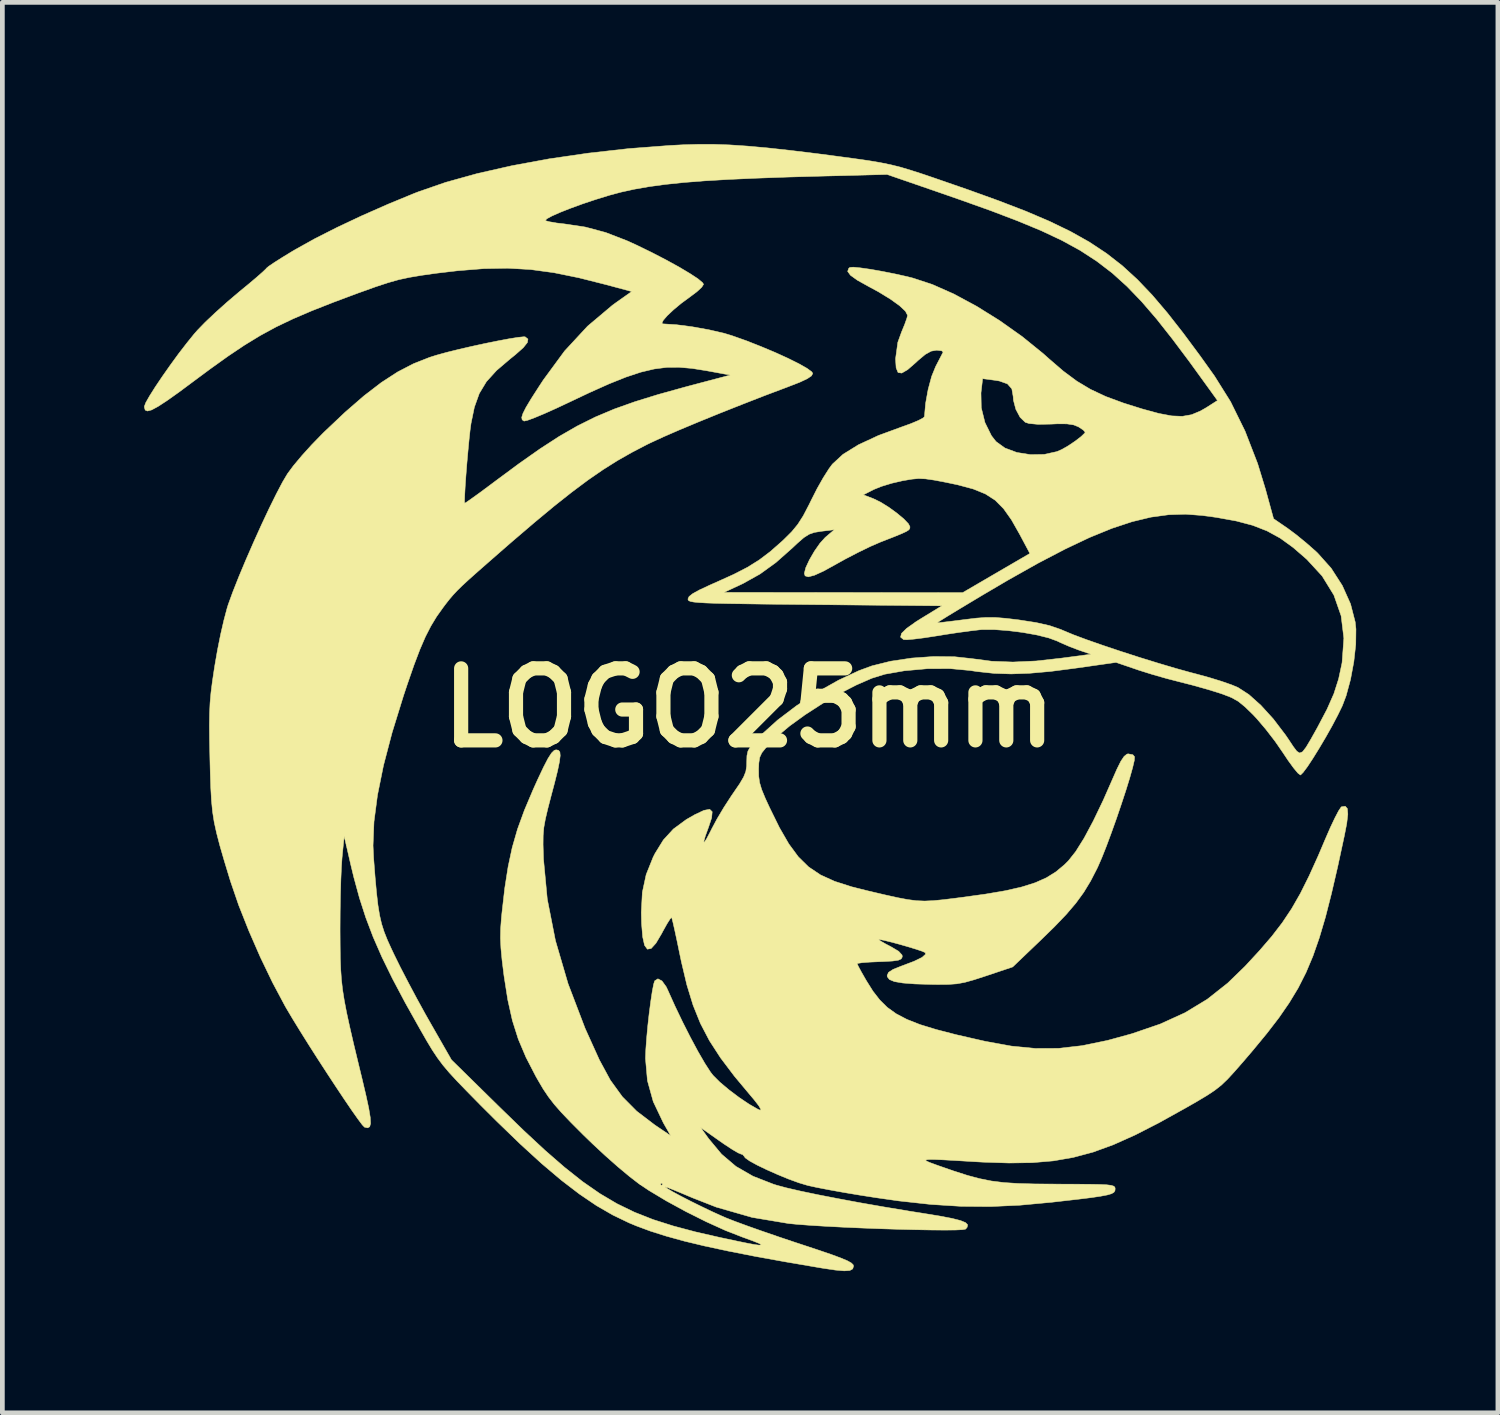
<source format=kicad_pcb>
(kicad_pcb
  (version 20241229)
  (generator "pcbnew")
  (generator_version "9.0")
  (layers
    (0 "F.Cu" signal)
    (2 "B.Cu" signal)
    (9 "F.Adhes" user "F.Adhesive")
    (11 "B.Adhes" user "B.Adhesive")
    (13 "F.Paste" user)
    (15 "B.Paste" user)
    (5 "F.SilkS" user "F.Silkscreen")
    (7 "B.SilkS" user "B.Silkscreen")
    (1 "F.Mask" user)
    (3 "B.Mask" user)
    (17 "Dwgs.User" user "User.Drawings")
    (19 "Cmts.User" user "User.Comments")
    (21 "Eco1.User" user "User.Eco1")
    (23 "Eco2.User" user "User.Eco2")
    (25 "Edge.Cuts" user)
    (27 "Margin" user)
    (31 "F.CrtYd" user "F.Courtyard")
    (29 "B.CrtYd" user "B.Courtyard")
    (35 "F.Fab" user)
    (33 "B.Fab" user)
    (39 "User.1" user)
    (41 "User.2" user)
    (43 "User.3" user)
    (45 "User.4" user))
  (footprint "LOGO25mm"
    (layer "F.Cu")
    (at 12.807 11.932)
    (property "Reference" "LOGO25mm" (at 0 0 0) (layer "F.SilkS") (effects (font (size 1.524 1.524) (thickness 0.3))))
    (attr through_hole)
    (fp_poly (pts (xy -0.753 -11.927) (xy -0.412 -11.915) (xy -0.039 -11.89) (xy 0.383 -11.852) (xy 0.867 -11.799) (xy 1.427 -11.731) (xy 1.824 -11.679) (xy 2.212 -11.627) (xy 2.522 -11.583) (xy 2.776 -11.54) (xy 2.997 -11.495) (xy 3.206 -11.443) (xy 3.426 -11.377) (xy 3.68 -11.295) (xy 3.907 -11.218) (xy 4.64 -10.964) (xy 5.286 -10.731) (xy 5.855 -10.512) (xy 6.357 -10.298) (xy 6.801 -10.083) (xy 7.2 -9.859) (xy 7.562 -9.62) (xy 7.898 -9.358) (xy 8.218 -9.065) (xy 8.532 -8.736) (xy 8.851 -8.361) (xy 9.185 -7.935) (xy 9.545 -7.45) (xy 9.85 -7.023) (xy 10.19 -6.48) (xy 10.497 -5.856) (xy 10.762 -5.172) (xy 10.928 -4.63) (xy 11.1 -4.003) (xy 11.396 -3.8) (xy 11.576 -3.666) (xy 11.788 -3.493) (xy 11.993 -3.313) (xy 12.033 -3.275) (xy 12.319 -2.955) (xy 12.555 -2.588) (xy 12.729 -2.2) (xy 12.828 -1.817) (xy 12.844 -1.667) (xy 12.84 -1.344) (xy 12.799 -0.975) (xy 12.729 -0.599) (xy 12.636 -0.256) (xy 12.555 -0.042) (xy 12.46 0.153) (xy 12.341 0.379) (xy 12.207 0.617) (xy 12.068 0.852) (xy 11.935 1.067) (xy 11.818 1.245) (xy 11.726 1.368) (xy 11.671 1.422) (xy 11.667 1.422) (xy 11.615 1.382) (xy 11.524 1.273) (xy 11.407 1.112) (xy 11.301 0.953) (xy 11.134 0.711) (xy 10.939 0.458) (xy 10.749 0.234) (xy 10.668 0.147) (xy 10.495 -0.021) (xy 10.354 -0.136) (xy 10.209 -0.217) (xy 10.027 -0.288) (xy 9.931 -0.32) (xy 9.672 -0.399) (xy 9.375 -0.482) (xy 9.104 -0.551) (xy 9.093 -0.554) (xy 8.83 -0.622) (xy 8.53 -0.708) (xy 8.252 -0.795) (xy 8.214 -0.808) (xy 7.766 -0.961) (xy 6.893 -0.837) (xy 6.377 -0.77) (xy 5.935 -0.731) (xy 5.545 -0.717) (xy 5.184 -0.729) (xy 4.828 -0.767) (xy 4.676 -0.79) (xy 4.25 -0.83) (xy 3.774 -0.828) (xy 3.285 -0.784) (xy 2.87 -0.711) (xy 2.597 -0.626) (xy 2.271 -0.484) (xy 1.912 -0.3) (xy 1.543 -0.085) (xy 1.184 0.147) (xy 0.857 0.384) (xy 0.584 0.613) (xy 0.498 0.696) (xy 0.354 0.846) (xy 0.268 0.953) (xy 0.223 1.05) (xy 0.205 1.167) (xy 0.2 1.295) (xy 0.202 1.446) (xy 0.221 1.582) (xy 0.265 1.73) (xy 0.343 1.919) (xy 0.43 2.107) (xy 0.641 2.536) (xy 0.84 2.881) (xy 1.041 3.154) (xy 1.259 3.368) (xy 1.511 3.537) (xy 1.81 3.673) (xy 2.172 3.789) (xy 2.515 3.875) (xy 2.865 3.957) (xy 3.139 4.018) (xy 3.357 4.059) (xy 3.542 4.083) (xy 3.715 4.09) (xy 3.898 4.082) (xy 4.113 4.061) (xy 4.381 4.028) (xy 4.496 4.013) (xy 5.005 3.943) (xy 5.426 3.871) (xy 5.771 3.792) (xy 6.056 3.702) (xy 6.292 3.597) (xy 6.494 3.471) (xy 6.674 3.321) (xy 6.757 3.238) (xy 6.911 3.044) (xy 7.089 2.76) (xy 7.284 2.395) (xy 7.494 1.958) (xy 7.674 1.549) (xy 7.784 1.299) (xy 7.868 1.13) (xy 7.936 1.029) (xy 7.994 0.982) (xy 8.02 0.974) (xy 8.122 0.993) (xy 8.158 1.036) (xy 8.153 1.112) (xy 8.117 1.266) (xy 8.056 1.483) (xy 7.975 1.745) (xy 7.879 2.037) (xy 7.775 2.343) (xy 7.667 2.645) (xy 7.562 2.928) (xy 7.464 3.175) (xy 7.379 3.37) (xy 7.365 3.399) (xy 7.227 3.667) (xy 7.082 3.906) (xy 6.915 4.135) (xy 6.712 4.373) (xy 6.458 4.638) (xy 6.174 4.915) (xy 5.578 5.485) (xy 5.011 5.675) (xy 4.758 5.757) (xy 4.565 5.811) (xy 4.396 5.842) (xy 4.215 5.855) (xy 3.987 5.857) (xy 3.861 5.855) (xy 3.511 5.845) (xy 3.253 5.825) (xy 3.075 5.795) (xy 2.969 5.751) (xy 2.924 5.692) (xy 2.921 5.666) (xy 2.95 5.6) (xy 3.048 5.536) (xy 3.226 5.465) (xy 3.491 5.365) (xy 3.661 5.282) (xy 3.734 5.216) (xy 3.727 5.182) (xy 3.666 5.154) (xy 3.538 5.111) (xy 3.368 5.059) (xy 3.18 5.005) (xy 3 4.957) (xy 2.852 4.921) (xy 2.76 4.904) (xy 2.743 4.906) (xy 2.785 4.938) (xy 2.891 4.999) (xy 3 5.056) (xy 3.164 5.153) (xy 3.237 5.233) (xy 3.241 5.273) (xy 3.218 5.315) (xy 3.156 5.343) (xy 3.036 5.36) (xy 2.839 5.371) (xy 2.755 5.374) (xy 2.551 5.383) (xy 2.392 5.395) (xy 2.3 5.409) (xy 2.286 5.416) (xy 2.31 5.47) (xy 2.373 5.587) (xy 2.464 5.746) (xy 2.485 5.782) (xy 2.622 6) (xy 2.765 6.184) (xy 2.924 6.341) (xy 3.112 6.476) (xy 3.339 6.595) (xy 3.618 6.705) (xy 3.961 6.81) (xy 4.378 6.918) (xy 4.881 7.033) (xy 5.001 7.06) (xy 5.55 7.16) (xy 6.057 7.21) (xy 6.548 7.208) (xy 7.049 7.151) (xy 7.586 7.04) (xy 8.103 6.898) (xy 8.704 6.692) (xy 9.228 6.453) (xy 9.696 6.169) (xy 10.129 5.827) (xy 10.494 5.473) (xy 10.802 5.14) (xy 11.062 4.838) (xy 11.285 4.548) (xy 11.483 4.251) (xy 11.668 3.928) (xy 11.852 3.559) (xy 12.048 3.126) (xy 12.197 2.775) (xy 12.301 2.536) (xy 12.397 2.333) (xy 12.476 2.182) (xy 12.529 2.103) (xy 12.538 2.095) (xy 12.618 2.084) (xy 12.662 2.133) (xy 12.672 2.252) (xy 12.649 2.449) (xy 12.6 2.701) (xy 12.458 3.361) (xy 12.325 3.934) (xy 12.198 4.432) (xy 12.069 4.867) (xy 11.934 5.254) (xy 11.787 5.603) (xy 11.622 5.929) (xy 11.432 6.243) (xy 11.214 6.559) (xy 10.96 6.889) (xy 10.666 7.246) (xy 10.455 7.493) (xy 10.272 7.702) (xy 10.125 7.862) (xy 9.993 7.988) (xy 9.853 8.098) (xy 9.685 8.209) (xy 9.467 8.339) (xy 9.24 8.469) (xy 8.673 8.784) (xy 8.169 9.042) (xy 7.711 9.247) (xy 7.281 9.404) (xy 6.862 9.516) (xy 6.437 9.59) (xy 5.989 9.628) (xy 5.499 9.635) (xy 4.95 9.617) (xy 4.769 9.607) (xy 4.39 9.584) (xy 4.106 9.568) (xy 3.907 9.56) (xy 3.787 9.561) (xy 3.737 9.571) (xy 3.749 9.591) (xy 3.816 9.622) (xy 3.931 9.664) (xy 3.988 9.685) (xy 4.33 9.804) (xy 4.62 9.897) (xy 4.879 9.966) (xy 5.129 10.016) (xy 5.392 10.049) (xy 5.688 10.068) (xy 6.041 10.078) (xy 6.471 10.081) (xy 6.528 10.082) (xy 6.91 10.083) (xy 7.203 10.085) (xy 7.418 10.089) (xy 7.568 10.096) (xy 7.663 10.108) (xy 7.717 10.125) (xy 7.741 10.147) (xy 7.747 10.177) (xy 7.747 10.183) (xy 7.742 10.223) (xy 7.72 10.256) (xy 7.67 10.285) (xy 7.581 10.311) (xy 7.44 10.338) (xy 7.238 10.368) (xy 6.962 10.402) (xy 6.602 10.443) (xy 6.401 10.466) (xy 5.733 10.528) (xy 5.105 10.557) (xy 4.487 10.552) (xy 3.85 10.512) (xy 3.166 10.437) (xy 2.688 10.369) (xy 2.342 10.315) (xy 2.002 10.258) (xy 1.691 10.202) (xy 1.432 10.152) (xy 1.249 10.112) (xy 1.24 10.11) (xy 1.053 10.054) (xy 0.833 9.974) (xy 0.6 9.878) (xy 0.372 9.777) (xy 0.169 9.679) (xy 0.011 9.592) (xy -0.084 9.525) (xy -0.102 9.497) (xy -0.142 9.452) (xy -0.165 9.449) (xy -0.232 9.421) (xy -0.36 9.346) (xy -0.526 9.237) (xy -0.628 9.166) (xy -1.027 8.884) (xy -0.857 9.12) (xy -0.585 9.447) (xy -0.279 9.707) (xy 0.082 9.915) (xy 0.518 10.085) (xy 0.582 10.105) (xy 0.79 10.161) (xy 1.085 10.229) (xy 1.453 10.306) (xy 1.88 10.389) (xy 2.352 10.477) (xy 2.856 10.565) (xy 3.378 10.652) (xy 3.676 10.699) (xy 4.031 10.757) (xy 4.293 10.807) (xy 4.474 10.853) (xy 4.581 10.897) (xy 4.625 10.943) (xy 4.614 10.995) (xy 4.582 11.034) (xy 4.519 11.046) (xy 4.368 11.053) (xy 4.143 11.055) (xy 3.857 11.053) (xy 3.524 11.047) (xy 3.158 11.038) (xy 2.772 11.026) (xy 2.381 11.011) (xy 1.996 10.994) (xy 1.633 10.975) (xy 1.305 10.955) (xy 1.026 10.934) (xy 0.838 10.916) (xy 0.062 10.786) (xy -0.697 10.568) (xy -1.2 10.371) (xy -1.42 10.278) (xy -1.601 10.203) (xy -1.726 10.154) (xy -1.778 10.138) (xy -1.778 10.139) (xy -1.735 10.174) (xy -1.619 10.243) (xy -1.447 10.336) (xy -1.239 10.443) (xy -1.014 10.554) (xy -0.789 10.662) (xy -0.584 10.755) (xy -0.483 10.799) (xy -0.296 10.872) (xy -0.035 10.968) (xy 0.279 11.079) (xy 0.625 11.198) (xy 0.979 11.317) (xy 1.092 11.354) (xy 1.457 11.475) (xy 1.736 11.57) (xy 1.938 11.645) (xy 2.077 11.703) (xy 2.16 11.749) (xy 2.201 11.788) (xy 2.21 11.817) (xy 2.192 11.876) (xy 2.131 11.91) (xy 2.012 11.918) (xy 1.822 11.901) (xy 1.547 11.86) (xy 1.524 11.856) (xy 0.78 11.729) (xy 0.127 11.611) (xy -0.443 11.499) (xy -0.941 11.392) (xy -1.374 11.288) (xy -1.754 11.183) (xy -2.089 11.077) (xy -2.388 10.966) (xy -2.544 10.901) (xy -2.885 10.737) (xy -3.233 10.536) (xy -3.594 10.291) (xy -3.978 9.997) (xy -4.393 9.646) (xy -4.847 9.231) (xy -5.349 8.746) (xy -5.697 8.399) (xy -5.968 8.123) (xy -6.181 7.903) (xy -6.348 7.722) (xy -6.482 7.563) (xy -6.597 7.409) (xy -6.706 7.245) (xy -6.822 7.053) (xy -6.957 6.817) (xy -6.963 6.807) (xy -7.282 6.238) (xy -7.549 5.734) (xy -7.772 5.278) (xy -7.958 4.853) (xy -8.114 4.442) (xy -8.248 4.027) (xy -8.367 3.591) (xy -8.431 3.327) (xy -8.526 2.915) (xy -7.961 2.915) (xy -7.949 3.175) (xy -7.917 3.587) (xy -7.887 3.915) (xy -7.857 4.177) (xy -7.822 4.391) (xy -7.78 4.573) (xy -7.726 4.742) (xy -7.657 4.916) (xy -7.568 5.111) (xy -7.515 5.223) (xy -7.384 5.489) (xy -7.217 5.811) (xy -7.034 6.155) (xy -6.85 6.49) (xy -6.759 6.65) (xy -6.301 7.451) (xy -5.271 8.463) (xy -4.767 8.952) (xy -4.316 9.371) (xy -3.906 9.727) (xy -3.525 10.029) (xy -3.159 10.283) (xy -2.797 10.497) (xy -2.426 10.677) (xy -2.033 10.832) (xy -1.605 10.968) (xy -1.131 11.094) (xy -0.597 11.216) (xy -0.538 11.228) (xy -0.238 11.292) (xy -0.023 11.336) (xy 0.119 11.362) (xy 0.204 11.373) (xy 0.244 11.371) (xy 0.254 11.36) (xy 0.21 11.336) (xy 0.092 11.289) (xy -0.078 11.226) (xy -0.14 11.204) (xy -0.501 11.063) (xy -0.911 10.877) (xy -1.339 10.663) (xy -1.753 10.437) (xy -2.123 10.215) (xy -2.318 10.084) (xy -1.88 10.084) (xy -1.854 10.109) (xy -1.829 10.084) (xy -1.854 10.058) (xy -1.88 10.084) (xy -2.318 10.084) (xy -2.336 10.072) (xy -2.534 9.919) (xy -2.78 9.714) (xy -3.05 9.475) (xy -3.321 9.223) (xy -3.517 9.033) (xy -3.773 8.776) (xy -3.971 8.569) (xy -4.124 8.395) (xy -4.248 8.234) (xy -4.359 8.069) (xy -4.47 7.88) (xy -4.514 7.803) (xy -4.724 7.397) (xy -4.887 7.012) (xy -5.012 6.617) (xy -5.109 6.182) (xy -5.188 5.678) (xy -5.19 5.664) (xy -5.23 5.341) (xy -5.254 5.088) (xy -5.264 4.874) (xy -5.26 4.669) (xy -5.243 4.443) (xy -5.233 4.343) (xy -5.173 3.817) (xy -5.102 3.364) (xy -5.015 2.957) (xy -4.903 2.568) (xy -4.758 2.17) (xy -4.574 1.735) (xy -4.479 1.524) (xy -4.353 1.257) (xy -4.257 1.072) (xy -4.184 0.958) (xy -4.126 0.901) (xy -4.087 0.889) (xy -4.036 0.899) (xy -4.006 0.936) (xy -3.999 1.012) (xy -4.015 1.14) (xy -4.055 1.333) (xy -4.122 1.602) (xy -4.189 1.854) (xy -4.263 2.14) (xy -4.314 2.357) (xy -4.346 2.535) (xy -4.36 2.704) (xy -4.362 2.894) (xy -4.355 3.134) (xy -4.353 3.2) (xy -4.273 4.049) (xy -4.1 4.928) (xy -3.833 5.84) (xy -3.472 6.786) (xy -3.17 7.453) (xy -2.939 7.88) (xy -2.683 8.233) (xy -2.38 8.538) (xy -2.006 8.823) (xy -1.986 8.837) (xy -1.661 9.057) (xy -1.817 8.783) (xy -2.03 8.335) (xy -2.153 7.892) (xy -2.194 7.426) (xy -2.194 7.412) (xy -2.187 7.229) (xy -2.17 6.996) (xy -2.146 6.734) (xy -2.116 6.467) (xy -2.083 6.215) (xy -2.051 6.002) (xy -2.021 5.848) (xy -1.999 5.779) (xy -1.931 5.736) (xy -1.845 5.781) (xy -1.756 5.904) (xy -1.719 5.982) (xy -1.57 6.313) (xy -1.408 6.651) (xy -1.242 6.978) (xy -1.082 7.276) (xy -0.937 7.526) (xy -0.817 7.712) (xy -0.762 7.782) (xy -0.621 7.923) (xy -0.428 8.085) (xy -0.212 8.248) (xy -0.001 8.39) (xy 0.176 8.492) (xy 0.233 8.518) (xy 0.249 8.501) (xy 0.203 8.422) (xy 0.103 8.293) (xy 0.047 8.227) (xy -0.313 7.796) (xy -0.606 7.408) (xy -0.842 7.043) (xy -1.032 6.679) (xy -1.187 6.294) (xy -1.318 5.867) (xy -1.434 5.378) (xy -1.472 5.197) (xy -1.526 4.936) (xy -1.574 4.713) (xy -1.612 4.545) (xy -1.636 4.451) (xy -1.642 4.437) (xy -1.673 4.469) (xy -1.738 4.571) (xy -1.824 4.725) (xy -1.851 4.777) (xy -1.973 4.983) (xy -2.074 5.094) (xy -2.154 5.109) (xy -2.214 5.027) (xy -2.254 4.848) (xy -2.277 4.57) (xy -2.283 4.333) (xy -2.261 3.907) (xy -2.18 3.53) (xy -2.032 3.161) (xy -1.993 3.084) (xy -1.816 2.797) (xy -1.604 2.566) (xy -1.331 2.365) (xy -1.15 2.261) (xy -0.956 2.17) (xy -0.835 2.148) (xy -0.782 2.2) (xy -0.794 2.329) (xy -0.856 2.517) (xy -0.929 2.718) (xy -0.96 2.829) (xy -0.95 2.847) (xy -0.901 2.773) (xy -0.813 2.605) (xy -0.793 2.564) (xy -0.681 2.354) (xy -0.534 2.107) (xy -0.379 1.868) (xy -0.336 1.805) (xy -0.201 1.608) (xy -0.117 1.465) (xy -0.071 1.349) (xy -0.053 1.234) (xy -0.051 1.142) (xy -0.047 1.014) (xy -0.026 0.917) (xy 0.026 0.824) (xy 0.124 0.71) (xy 0.266 0.563) (xy 0.603 0.259) (xy 1.004 -0.045) (xy 1.443 -0.332) (xy 1.893 -0.585) (xy 2.325 -0.787) (xy 2.599 -0.888) (xy 2.994 -0.986) (xy 3.442 -1.053) (xy 3.905 -1.086) (xy 4.347 -1.081) (xy 4.699 -1.043) (xy 5.133 -0.986) (xy 5.582 -0.969) (xy 6.071 -0.991) (xy 6.602 -1.05) (xy 7.236 -1.134) (xy 6.983 -1.22) (xy 6.785 -1.295) (xy 6.587 -1.381) (xy 6.523 -1.412) (xy 6.342 -1.479) (xy 6.089 -1.542) (xy 5.792 -1.595) (xy 5.481 -1.634) (xy 5.184 -1.656) (xy 4.931 -1.656) (xy 4.877 -1.651) (xy 4.689 -1.629) (xy 4.437 -1.595) (xy 4.158 -1.553) (xy 3.942 -1.518) (xy 3.701 -1.481) (xy 3.494 -1.455) (xy 3.342 -1.441) (xy 3.269 -1.444) (xy 3.205 -1.496) (xy 3.225 -1.575) (xy 3.334 -1.682) (xy 3.5 -1.799) (xy 3.978 -1.799) (xy 4.029 -1.803) (xy 4.16 -1.818) (xy 4.35 -1.841) (xy 4.547 -1.866) (xy 4.807 -1.898) (xy 5.016 -1.913) (xy 5.213 -1.912) (xy 5.434 -1.894) (xy 5.717 -1.86) (xy 5.72 -1.859) (xy 6.076 -1.804) (xy 6.359 -1.74) (xy 6.595 -1.659) (xy 6.667 -1.628) (xy 6.869 -1.544) (xy 7.149 -1.44) (xy 7.487 -1.322) (xy 7.863 -1.196) (xy 8.256 -1.069) (xy 8.648 -0.948) (xy 9.017 -0.838) (xy 9.345 -0.747) (xy 9.472 -0.714) (xy 9.738 -0.641) (xy 9.995 -0.562) (xy 10.213 -0.486) (xy 10.345 -0.431) (xy 10.576 -0.282) (xy 10.83 -0.055) (xy 11.094 0.235) (xy 11.35 0.571) (xy 11.42 0.673) (xy 11.519 0.823) (xy 11.592 0.919) (xy 11.652 0.957) (xy 11.714 0.931) (xy 11.788 0.835) (xy 11.89 0.664) (xy 12.031 0.412) (xy 12.034 0.406) (xy 12.232 0.03) (xy 12.377 -0.299) (xy 12.477 -0.611) (xy 12.546 -0.934) (xy 12.551 -0.963) (xy 12.588 -1.473) (xy 12.53 -1.947) (xy 12.377 -2.385) (xy 12.128 -2.79) (xy 11.804 -3.142) (xy 11.516 -3.392) (xy 11.243 -3.59) (xy 10.964 -3.743) (xy 10.66 -3.862) (xy 10.308 -3.955) (xy 9.887 -4.031) (xy 9.592 -4.071) (xy 9.239 -4.098) (xy 8.88 -4.087) (xy 8.505 -4.036) (xy 8.107 -3.94) (xy 7.677 -3.798) (xy 7.207 -3.606) (xy 6.69 -3.361) (xy 6.115 -3.061) (xy 5.477 -2.702) (xy 4.943 -2.388) (xy 4.663 -2.22) (xy 4.415 -2.071) (xy 4.211 -1.947) (xy 4.065 -1.856) (xy 3.987 -1.807) (xy 3.978 -1.799) (xy 3.5 -1.799) (xy 3.533 -1.823) (xy 3.64 -1.89) (xy 4.08 -2.159) (xy 1.392 -2.184) (xy 0.801 -2.19) (xy 0.304 -2.195) (xy -0.109 -2.201) (xy -0.443 -2.206) (xy -0.708 -2.212) (xy -0.912 -2.219) (xy -1.062 -2.228) (xy -1.168 -2.238) (xy -1.235 -2.25) (xy -1.274 -2.265) (xy -1.291 -2.282) (xy -1.295 -2.303) (xy -1.295 -2.304) (xy -1.272 -2.355) (xy -1.194 -2.417) (xy -1.146 -2.443) (xy -0.533 -2.443) (xy 1.993 -2.441) (xy 4.52 -2.438) (xy 5.231 -2.853) (xy 5.942 -3.267) (xy 5.727 -3.671) (xy 5.553 -3.978) (xy 5.386 -4.214) (xy 5.209 -4.393) (xy 5.001 -4.527) (xy 4.743 -4.632) (xy 4.415 -4.72) (xy 4.162 -4.773) (xy 3.915 -4.82) (xy 3.735 -4.846) (xy 3.589 -4.853) (xy 3.445 -4.84) (xy 3.269 -4.81) (xy 3.241 -4.805) (xy 3.017 -4.753) (xy 2.801 -4.687) (xy 2.637 -4.621) (xy 2.635 -4.62) (xy 2.417 -4.508) (xy 2.632 -4.426) (xy 2.784 -4.352) (xy 2.956 -4.245) (xy 3.126 -4.121) (xy 3.273 -3.999) (xy 3.372 -3.895) (xy 3.404 -3.831) (xy 3.4 -3.797) (xy 3.38 -3.767) (xy 3.328 -3.733) (xy 3.229 -3.687) (xy 3.068 -3.621) (xy 2.83 -3.528) (xy 2.781 -3.509) (xy 2.571 -3.418) (xy 2.311 -3.292) (xy 2.039 -3.151) (xy 1.85 -3.046) (xy 1.579 -2.896) (xy 1.382 -2.806) (xy 1.252 -2.772) (xy 1.184 -2.793) (xy 1.168 -2.846) (xy 1.198 -2.965) (xy 1.275 -3.131) (xy 1.381 -3.314) (xy 1.498 -3.482) (xy 1.609 -3.605) (xy 1.616 -3.611) (xy 1.803 -3.77) (xy 1.525 -3.736) (xy 1.382 -3.713) (xy 1.27 -3.674) (xy 1.158 -3.603) (xy 1.021 -3.484) (xy 0.915 -3.384) (xy 0.566 -3.075) (xy 0.23 -2.832) (xy -0.128 -2.632) (xy -0.219 -2.589) (xy -0.533 -2.443) (xy -1.146 -2.443) (xy -1.05 -2.496) (xy -0.827 -2.6) (xy -0.682 -2.664) (xy -0.324 -2.826) (xy -0.035 -2.975) (xy 0.212 -3.129) (xy 0.445 -3.305) (xy 0.691 -3.521) (xy 0.737 -3.564) (xy 0.9 -3.726) (xy 1.029 -3.883) (xy 1.145 -4.064) (xy 1.268 -4.3) (xy 1.315 -4.396) (xy 1.437 -4.637) (xy 1.568 -4.869) (xy 1.69 -5.061) (xy 1.761 -5.157) (xy 1.986 -5.365) (xy 2.312 -5.567) (xy 2.736 -5.764) (xy 3.218 -5.941) (xy 3.423 -6.015) (xy 3.587 -6.084) (xy 3.688 -6.139) (xy 3.71 -6.164) (xy 3.735 -6.444) (xy 3.775 -6.665) (xy 4.907 -6.665) (xy 4.913 -6.352) (xy 4.991 -6.038) (xy 5.129 -5.759) (xy 5.225 -5.636) (xy 5.414 -5.499) (xy 5.666 -5.405) (xy 5.953 -5.359) (xy 6.246 -5.364) (xy 6.514 -5.423) (xy 6.618 -5.468) (xy 6.759 -5.549) (xy 6.904 -5.647) (xy 7.026 -5.741) (xy 7.101 -5.813) (xy 7.112 -5.835) (xy 7.072 -5.88) (xy 6.976 -5.944) (xy 6.97 -5.948) (xy 6.866 -5.989) (xy 6.726 -6.01) (xy 6.523 -6.011) (xy 6.394 -6.005) (xy 6.117 -6) (xy 5.924 -6.018) (xy 5.845 -6.043) (xy 5.735 -6.149) (xy 5.645 -6.318) (xy 5.594 -6.511) (xy 5.588 -6.593) (xy 5.56 -6.752) (xy 5.467 -6.857) (xy 5.295 -6.918) (xy 5.201 -6.933) (xy 4.942 -6.967) (xy 4.907 -6.665) (xy 3.775 -6.665) (xy 3.789 -6.741) (xy 3.863 -7.016) (xy 3.948 -7.225) (xy 4.026 -7.375) (xy 4.084 -7.487) (xy 4.106 -7.531) (xy 4.074 -7.557) (xy 3.974 -7.569) (xy 3.964 -7.569) (xy 3.852 -7.549) (xy 3.729 -7.481) (xy 3.572 -7.35) (xy 3.529 -7.309) (xy 3.353 -7.156) (xy 3.23 -7.085) (xy 3.152 -7.097) (xy 3.111 -7.196) (xy 3.099 -7.381) (xy 3.099 -7.388) (xy 3.147 -7.737) (xy 3.226 -7.955) (xy 3.293 -8.118) (xy 3.339 -8.248) (xy 3.353 -8.308) (xy 3.308 -8.395) (xy 3.183 -8.512) (xy 2.988 -8.652) (xy 2.738 -8.805) (xy 2.527 -8.919) (xy 2.29 -9.051) (xy 2.144 -9.156) (xy 2.085 -9.238) (xy 2.108 -9.303) (xy 2.132 -9.321) (xy 2.205 -9.327) (xy 2.357 -9.312) (xy 2.568 -9.282) (xy 2.817 -9.238) (xy 3.084 -9.185) (xy 3.349 -9.126) (xy 3.467 -9.096) (xy 3.877 -8.961) (xy 4.333 -8.759) (xy 4.814 -8.5) (xy 5.302 -8.196) (xy 5.778 -7.859) (xy 6.222 -7.499) (xy 6.35 -7.385) (xy 6.652 -7.125) (xy 6.936 -6.914) (xy 7.227 -6.74) (xy 7.549 -6.589) (xy 7.926 -6.45) (xy 8.324 -6.325) (xy 8.67 -6.231) (xy 8.945 -6.179) (xy 9.169 -6.17) (xy 9.364 -6.204) (xy 9.551 -6.282) (xy 9.678 -6.355) (xy 9.913 -6.505) (xy 9.722 -6.77) (xy 9.321 -7.324) (xy 8.958 -7.808) (xy 8.624 -8.231) (xy 8.308 -8.598) (xy 7.999 -8.919) (xy 7.686 -9.202) (xy 7.358 -9.453) (xy 7.006 -9.682) (xy 6.617 -9.895) (xy 6.181 -10.1) (xy 5.687 -10.305) (xy 5.126 -10.519) (xy 4.485 -10.748) (xy 3.988 -10.921) (xy 2.921 -11.289) (xy 1.575 -11.255) (xy 0.816 -11.234) (xy 0.15 -11.21) (xy -0.433 -11.184) (xy -0.942 -11.154) (xy -1.388 -11.119) (xy -1.778 -11.078) (xy -2.123 -11.031) (xy -2.431 -10.977) (xy -2.712 -10.915) (xy -2.959 -10.849) (xy -3.244 -10.761) (xy -3.523 -10.668) (xy -3.781 -10.574) (xy -4.004 -10.486) (xy -4.177 -10.409) (xy -4.285 -10.35) (xy -4.314 -10.314) (xy -4.31 -10.311) (xy -4.226 -10.288) (xy -4.076 -10.262) (xy -3.913 -10.243) (xy -3.467 -10.176) (xy -3.037 -10.061) (xy -2.587 -9.887) (xy -2.393 -9.799) (xy -2.066 -9.64) (xy -1.759 -9.481) (xy -1.484 -9.33) (xy -1.256 -9.194) (xy -1.085 -9.082) (xy -0.986 -8.999) (xy -0.965 -8.964) (xy -1.004 -8.902) (xy -1.108 -8.806) (xy -1.253 -8.697) (xy -1.257 -8.694) (xy -1.437 -8.562) (xy -1.599 -8.427) (xy -1.731 -8.303) (xy -1.818 -8.203) (xy -1.847 -8.141) (xy -1.826 -8.127) (xy -1.541 -8.109) (xy -1.202 -8.065) (xy -0.852 -8.002) (xy -0.534 -7.929) (xy -0.363 -7.877) (xy -0.055 -7.768) (xy 0.254 -7.646) (xy 0.552 -7.521) (xy 0.822 -7.398) (xy 1.051 -7.284) (xy 1.224 -7.186) (xy 1.325 -7.112) (xy 1.346 -7.078) (xy 1.319 -7.026) (xy 1.23 -6.966) (xy 1.068 -6.89) (xy 0.82 -6.794) (xy 0.813 -6.791) (xy 0.332 -6.61) (xy -0.153 -6.421) (xy -0.627 -6.233) (xy -1.074 -6.051) (xy -1.478 -5.882) (xy -1.823 -5.732) (xy -2.093 -5.607) (xy -2.159 -5.575) (xy -2.48 -5.408) (xy -2.788 -5.233) (xy -3.096 -5.039) (xy -3.413 -4.82) (xy -3.753 -4.566) (xy -4.127 -4.27) (xy -4.546 -3.922) (xy -5.022 -3.515) (xy -5.207 -3.354) (xy -5.51 -3.089) (xy -5.748 -2.88) (xy -5.931 -2.717) (xy -6.071 -2.588) (xy -6.179 -2.482) (xy -6.265 -2.39) (xy -6.342 -2.3) (xy -6.42 -2.201) (xy -6.48 -2.121) (xy -6.616 -1.93) (xy -6.737 -1.73) (xy -6.853 -1.504) (xy -6.969 -1.235) (xy -7.093 -0.909) (xy -7.232 -0.509) (xy -7.317 -0.254) (xy -7.557 0.522) (xy -7.74 1.22) (xy -7.867 1.848) (xy -7.941 2.411) (xy -7.961 2.915) (xy -8.526 2.915) (xy -8.572 2.718) (xy -8.617 3.175) (xy -8.63 3.369) (xy -8.642 3.64) (xy -8.651 3.965) (xy -8.657 4.319) (xy -8.659 4.678) (xy -8.659 4.724) (xy -8.657 5.037) (xy -8.654 5.303) (xy -8.645 5.535) (xy -8.63 5.751) (xy -8.606 5.965) (xy -8.57 6.193) (xy -8.521 6.449) (xy -8.456 6.748) (xy -8.373 7.108) (xy -8.269 7.541) (xy -8.196 7.841) (xy -8.111 8.202) (xy -8.052 8.475) (xy -8.02 8.67) (xy -8.013 8.798) (xy -8.032 8.868) (xy -8.075 8.891) (xy -8.142 8.876) (xy -8.189 8.827) (xy -8.281 8.704) (xy -8.411 8.52) (xy -8.569 8.288) (xy -8.748 8.019) (xy -8.939 7.728) (xy -9.135 7.426) (xy -9.327 7.125) (xy -9.506 6.839) (xy -9.665 6.58) (xy -9.795 6.361) (xy -9.828 6.303) (xy -10.088 5.815) (xy -10.347 5.277) (xy -10.59 4.72) (xy -10.805 4.177) (xy -10.975 3.681) (xy -10.992 3.627) (xy -11.111 3.235) (xy -11.203 2.918) (xy -11.272 2.653) (xy -11.323 2.421) (xy -11.358 2.197) (xy -11.381 1.961) (xy -11.396 1.69) (xy -11.407 1.362) (xy -11.414 1.067) (xy -11.422 0.68) (xy -11.425 0.372) (xy -11.421 0.118) (xy -11.411 -0.104) (xy -11.392 -0.318) (xy -11.363 -0.547) (xy -11.323 -0.815) (xy -11.309 -0.903) (xy -11.253 -1.226) (xy -11.187 -1.555) (xy -11.117 -1.858) (xy -11.051 -2.106) (xy -11.027 -2.184) (xy -10.93 -2.451) (xy -10.803 -2.772) (xy -10.654 -3.128) (xy -10.492 -3.499) (xy -10.325 -3.869) (xy -10.161 -4.218) (xy -10.008 -4.528) (xy -9.876 -4.779) (xy -9.773 -4.953) (xy -9.647 -5.123) (xy -9.468 -5.337) (xy -9.258 -5.569) (xy -9.039 -5.794) (xy -8.998 -5.835) (xy -8.552 -6.257) (xy -8.152 -6.604) (xy -7.786 -6.885) (xy -7.441 -7.109) (xy -7.106 -7.283) (xy -6.767 -7.417) (xy -6.622 -7.463) (xy -6.409 -7.522) (xy -6.154 -7.585) (xy -5.874 -7.65) (xy -5.589 -7.712) (xy -5.317 -7.767) (xy -5.077 -7.812) (xy -4.888 -7.842) (xy -4.769 -7.854) (xy -4.741 -7.852) (xy -4.682 -7.805) (xy -4.694 -7.732) (xy -4.781 -7.623) (xy -4.949 -7.474) (xy -5.055 -7.389) (xy -5.347 -7.14) (xy -5.561 -6.904) (xy -5.712 -6.654) (xy -5.816 -6.364) (xy -5.887 -6.02) (xy -5.907 -5.873) (xy -5.929 -5.668) (xy -5.952 -5.426) (xy -5.975 -5.167) (xy -5.995 -4.911) (xy -6.011 -4.679) (xy -6.021 -4.492) (xy -6.025 -4.369) (xy -6.021 -4.33) (xy -5.979 -4.355) (xy -5.871 -4.431) (xy -5.708 -4.548) (xy -5.507 -4.697) (xy -5.368 -4.801) (xy -4.868 -5.171) (xy -4.426 -5.482) (xy -4.022 -5.744) (xy -3.638 -5.965) (xy -3.256 -6.155) (xy -2.855 -6.324) (xy -2.419 -6.479) (xy -1.928 -6.631) (xy -1.363 -6.788) (xy -1.229 -6.824) (xy -0.4 -7.043) (xy -0.907 -7.136) (xy -1.208 -7.184) (xy -1.483 -7.208) (xy -1.746 -7.206) (xy -2.01 -7.172) (xy -2.292 -7.105) (xy -2.606 -7.001) (xy -2.966 -6.857) (xy -3.388 -6.668) (xy -3.808 -6.469) (xy -4.087 -6.338) (xy -4.337 -6.226) (xy -4.543 -6.14) (xy -4.691 -6.085) (xy -4.764 -6.069) (xy -4.766 -6.07) (xy -4.805 -6.097) (xy -4.814 -6.148) (xy -4.788 -6.231) (xy -4.723 -6.36) (xy -4.612 -6.545) (xy -4.45 -6.797) (xy -4.357 -6.939) (xy -3.906 -7.553) (xy -3.42 -8.078) (xy -2.892 -8.523) (xy -2.802 -8.588) (xy -2.486 -8.811) (xy -3.008 -8.952) (xy -3.602 -9.102) (xy -4.132 -9.21) (xy -4.625 -9.277) (xy -5.111 -9.305) (xy -5.615 -9.296) (xy -6.166 -9.252) (xy -6.616 -9.199) (xy -6.93 -9.155) (xy -7.186 -9.112) (xy -7.414 -9.063) (xy -7.644 -8.998) (xy -7.906 -8.912) (xy -8.229 -8.796) (xy -8.264 -8.784) (xy -8.799 -8.584) (xy -9.257 -8.404) (xy -9.654 -8.234) (xy -10.012 -8.063) (xy -10.347 -7.881) (xy -10.68 -7.678) (xy -11.029 -7.444) (xy -11.413 -7.169) (xy -11.75 -6.919) (xy -12.073 -6.679) (xy -12.325 -6.5) (xy -12.514 -6.377) (xy -12.648 -6.305) (xy -12.736 -6.282) (xy -12.784 -6.302) (xy -12.801 -6.362) (xy -12.802 -6.378) (xy -12.772 -6.458) (xy -12.691 -6.601) (xy -12.57 -6.793) (xy -12.419 -7.017) (xy -12.251 -7.256) (xy -12.076 -7.496) (xy -11.904 -7.719) (xy -11.749 -7.911) (xy -11.676 -7.994) (xy -11.513 -8.162) (xy -11.296 -8.367) (xy -11.054 -8.584) (xy -10.814 -8.788) (xy -10.799 -8.801) (xy -10.596 -8.968) (xy -10.423 -9.114) (xy -10.295 -9.227) (xy -10.226 -9.293) (xy -10.219 -9.304) (xy -10.171 -9.344) (xy -10.052 -9.425) (xy -9.877 -9.536) (xy -9.664 -9.666) (xy -9.59 -9.709) (xy -9.193 -9.93) (xy -8.721 -10.169) (xy -8.199 -10.415) (xy -7.648 -10.658) (xy -7.093 -10.887) (xy -7.005 -10.921) (xy -6.425 -11.122) (xy -5.76 -11.307) (xy -5.024 -11.474) (xy -4.233 -11.62) (xy -3.401 -11.741) (xy -2.545 -11.837) (xy -1.679 -11.903) (xy -1.392 -11.918) (xy -1.074 -11.927) (xy -0.753 -11.927)) (stroke (width 0.01) (type solid)) (fill yes) (layer "F.SilkS")))
  (gr_rect
    (start -3 -3)
    (end 28.656 26.855)
    (stroke (width 0.1) (type default))
    (fill no)
    (layer "Edge.Cuts")))
</source>
